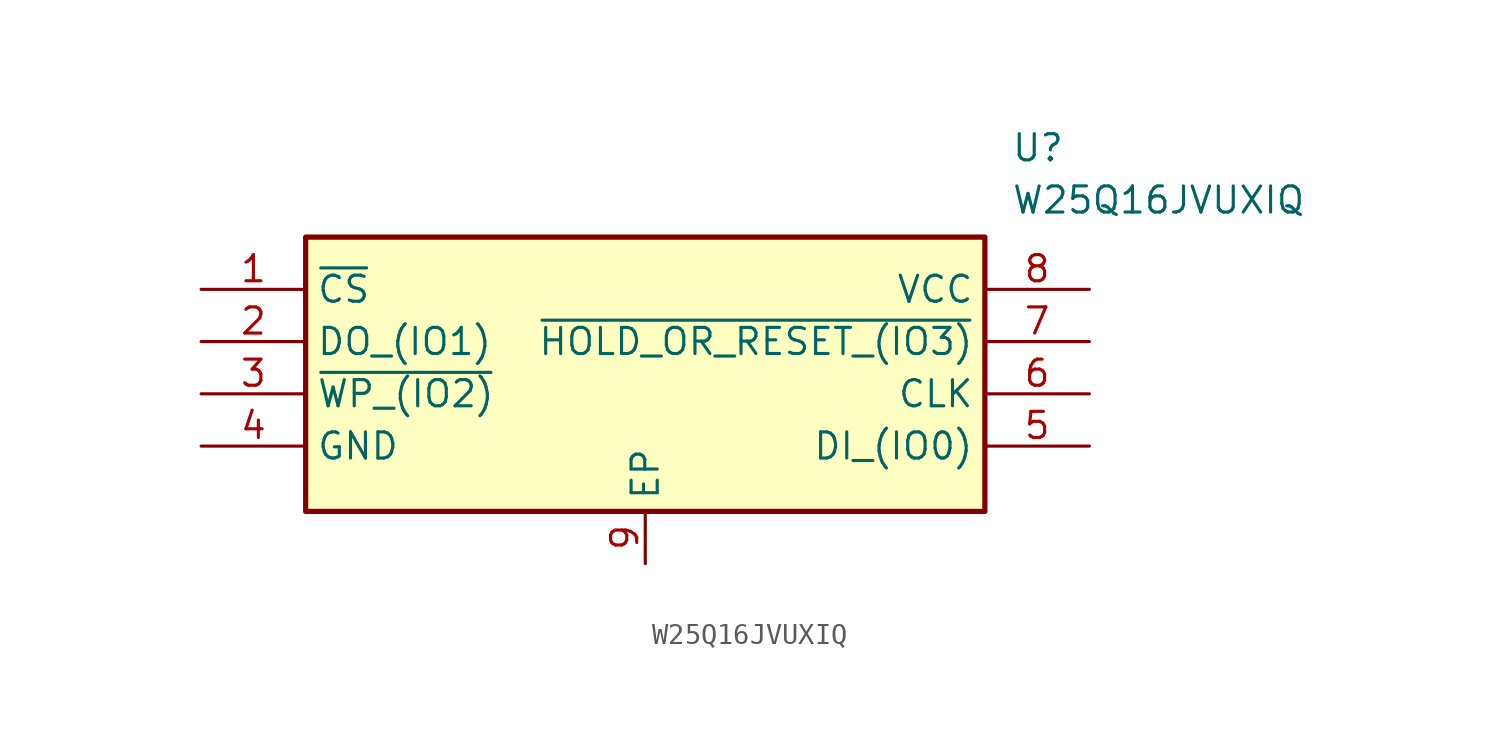
<source format=kicad_sym>
(kicad_symbol_lib
  (version 20220914)
  (generator kicad_symbol_editor)
  (symbol "W25Q16JVUXIQ"
    (property "Reference" "U"
      (at 39.37 7.62 0)
      (effects (font (size 1.27 1.27)) (justify left top)))
    (property "Value" "W25Q16JVUXIQ"
      (at 39.37 5.08 0)
      (effects (font (size 1.27 1.27)) (justify left top)))
    (symbol "W25Q16JVUXIQ_1_1"
      (rectangle (start 5.08 2.54) (end 38.1 -10.795) (stroke (width 0.254) (type default)) (fill (type background)))
      (pin passive line (at 0 0 0) (length 5.08) (name "~{CS}" (effects (font (size 1.27 1.27)))) (number "1" (effects (font (size 1.27 1.27)))))
      (pin passive line (at 0 -2.54 0) (length 5.08) (name "DO_(IO1)" (effects (font (size 1.27 1.27)))) (number "2" (effects (font (size 1.27 1.27)))))
      (pin passive line (at 0 -5.08 0) (length 5.08) (name "~{WP_(IO2)}" (effects (font (size 1.27 1.27)))) (number "3" (effects (font (size 1.27 1.27)))))
      (pin passive line (at 0 -7.62 0) (length 5.08) (name "GND" (effects (font (size 1.27 1.27)))) (number "4" (effects (font (size 1.27 1.27)))))
      (pin passive line (at 43.18 -7.62 180) (length 5.08) (name "DI_(IO0)" (effects (font (size 1.27 1.27)))) (number "5" (effects (font (size 1.27 1.27)))))
      (pin passive line (at 43.18 -5.08 180) (length 5.08) (name "CLK" (effects (font (size 1.27 1.27)))) (number "6" (effects (font (size 1.27 1.27)))))
      (pin passive line (at 43.18 -2.54 180) (length 5.08) (name "~{HOLD_OR_RESET_(IO3)}" (effects (font (size 1.27 1.27)))) (number "7" (effects (font (size 1.27 1.27)))))
      (pin passive line (at 43.18 0 180) (length 5.08) (name "VCC" (effects (font (size 1.27 1.27)))) (number "8" (effects (font (size 1.27 1.27)))))
      (pin passive line (at 21.59 -13.335 90) (length 2.54) (name "EP" (effects (font (size 1.27 1.27)))) (number "9" (effects (font (size 1.27 1.27))))))))
</source>
